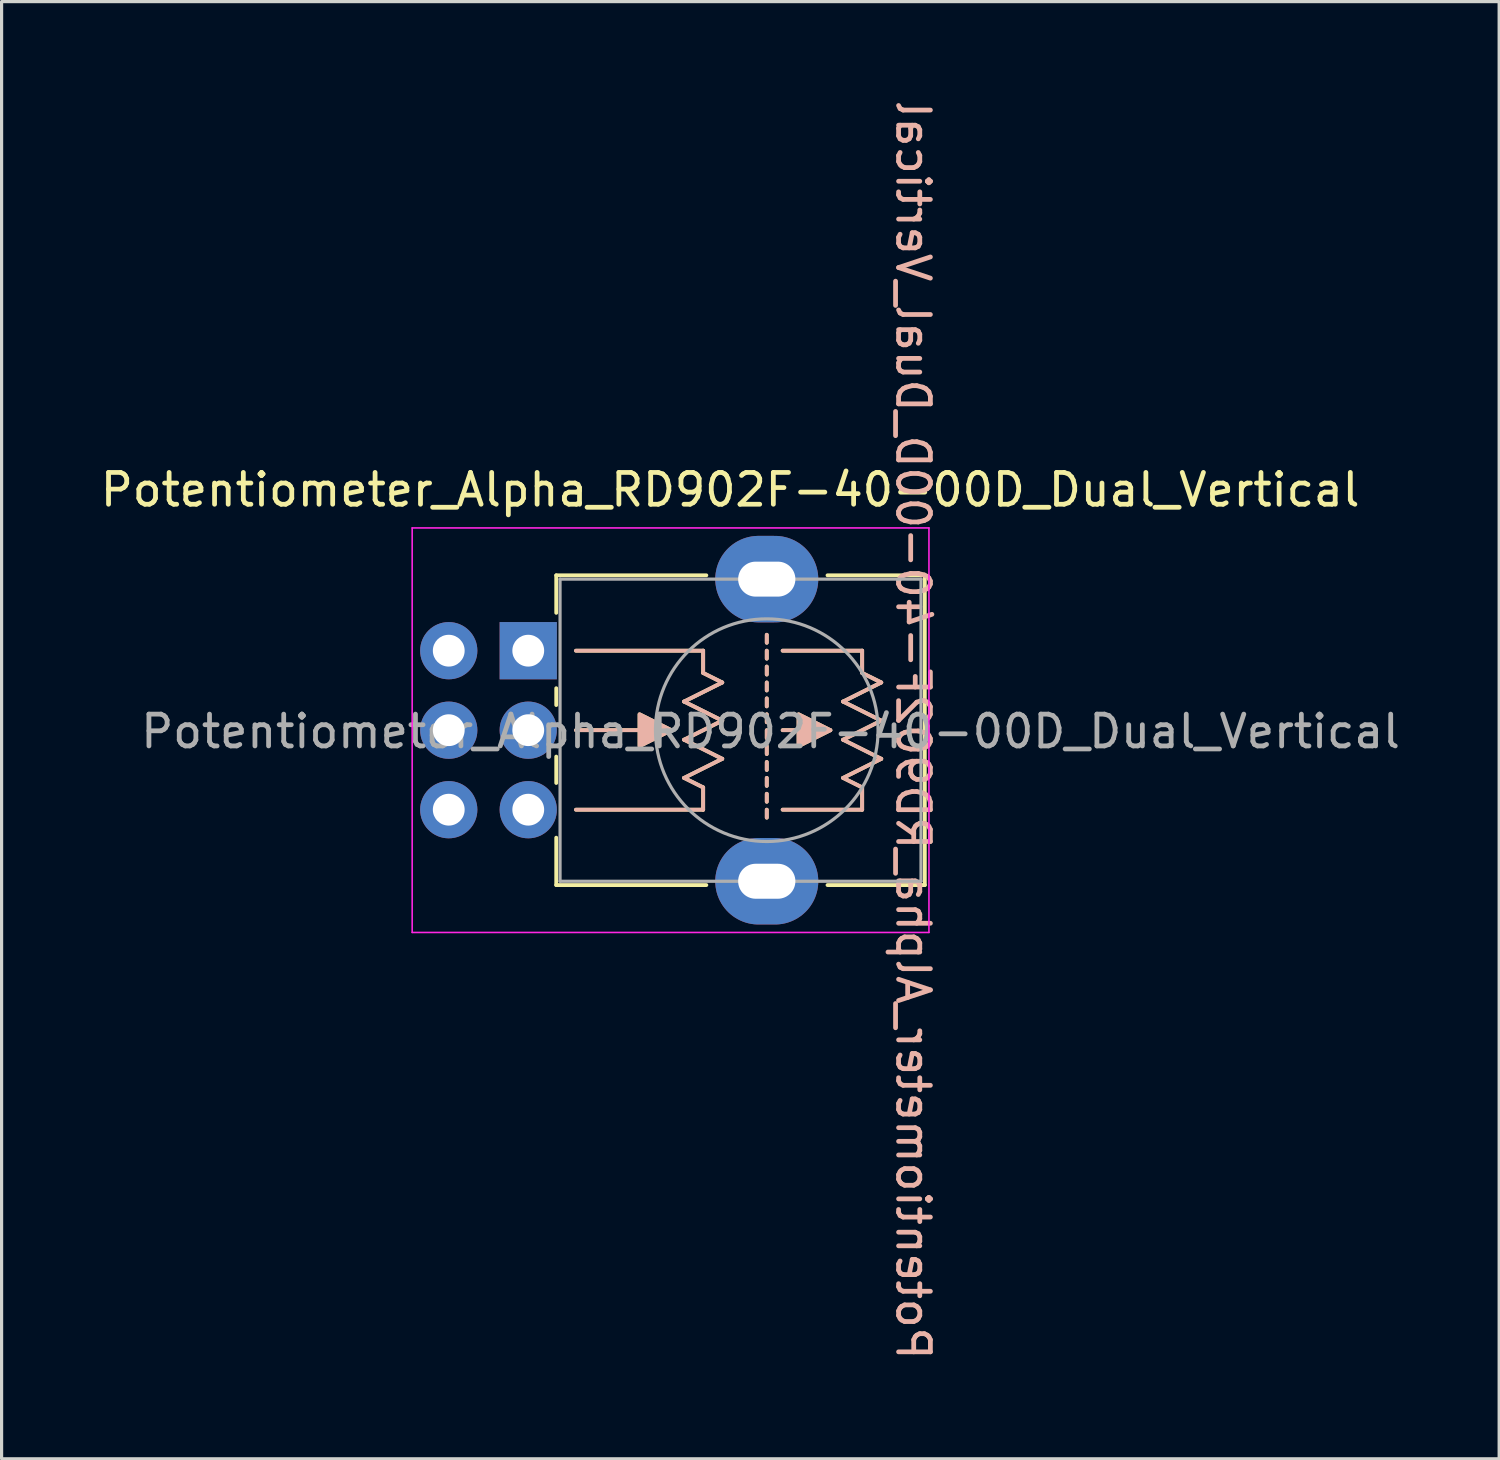
<source format=kicad_pcb>
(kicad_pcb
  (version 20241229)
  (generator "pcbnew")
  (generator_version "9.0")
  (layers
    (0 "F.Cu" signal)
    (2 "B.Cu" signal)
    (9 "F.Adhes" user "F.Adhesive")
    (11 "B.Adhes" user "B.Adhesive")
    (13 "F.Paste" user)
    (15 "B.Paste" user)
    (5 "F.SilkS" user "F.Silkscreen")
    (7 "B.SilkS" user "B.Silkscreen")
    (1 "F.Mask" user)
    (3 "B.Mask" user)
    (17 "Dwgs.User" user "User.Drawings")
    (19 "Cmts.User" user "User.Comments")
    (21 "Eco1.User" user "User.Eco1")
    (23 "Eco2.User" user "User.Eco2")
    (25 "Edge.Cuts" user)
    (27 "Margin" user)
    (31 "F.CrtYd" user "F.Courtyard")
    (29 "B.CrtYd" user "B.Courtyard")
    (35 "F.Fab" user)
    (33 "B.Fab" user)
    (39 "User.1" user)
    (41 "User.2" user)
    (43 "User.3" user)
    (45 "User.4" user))
  (footprint "Potentiometer_Alpha_RD902F-40-00D_Dual_Vertical"
    (layer "F.Cu")
    (at 13.561 17.411)
    (property "Reference" "Potentiometer_Alpha_RD902F-40-00D_Dual_Vertical" (at 6.35 -5.06 180) (layer "F.SilkS") (effects (font (size 1 1) (thickness 0.15))))
    (attr through_hole)
    (fp_line (start 0.88 -2.37) (end 5.6 -2.37) (stroke (width 0.12) (type solid)) (layer "F.SilkS"))
    (fp_line (start 0.88 -1.19) (end 0.88 -2.37) (stroke (width 0.12) (type solid)) (layer "F.SilkS"))
    (fp_line (start 0.88 1.71) (end 0.88 1.18) (stroke (width 0.12) (type solid)) (layer "F.SilkS"))
    (fp_line (start 0.88 4.16) (end 0.88 3.33) (stroke (width 0.12) (type solid)) (layer "F.SilkS"))
    (fp_line (start 0.88 7.37) (end 0.88 5.88) (stroke (width 0.12) (type solid)) (layer "F.SilkS"))
    (fp_line (start 0.88 7.37) (end 5.6 7.37) (stroke (width 0.12) (type solid)) (layer "F.SilkS"))
    (fp_line (start 1.5 2.5) (end 4.5 2.5) (stroke (width 0.12) (type solid)) (layer "F.SilkS"))
    (fp_line (start 4.9 1.6) (end 6.1 1) (stroke (width 0.12) (type solid)) (layer "F.SilkS"))
    (fp_line (start 4.9 2.8) (end 6.1 2.2) (stroke (width 0.12) (type solid)) (layer "F.SilkS"))
    (fp_line (start 4.9 4) (end 6.1 3.4) (stroke (width 0.12) (type solid)) (layer "F.SilkS"))
    (fp_line (start 5.5 0) (end 1.5 0) (stroke (width 0.12) (type solid)) (layer "F.SilkS"))
    (fp_line (start 5.5 0.7) (end 5.5 0) (stroke (width 0.12) (type solid)) (layer "F.SilkS"))
    (fp_line (start 5.5 4.3) (end 4.9 4) (stroke (width 0.12) (type solid)) (layer "F.SilkS"))
    (fp_line (start 5.5 4.3) (end 5.5 5) (stroke (width 0.12) (type solid)) (layer "F.SilkS"))
    (fp_line (start 5.5 5) (end 1.5 5) (stroke (width 0.12) (type solid)) (layer "F.SilkS"))
    (fp_line (start 6.1 1) (end 5.5 0.7) (stroke (width 0.12) (type solid)) (layer "F.SilkS"))
    (fp_line (start 6.1 2.2) (end 4.9 1.6) (stroke (width 0.12) (type solid)) (layer "F.SilkS"))
    (fp_line (start 6.1 3.4) (end 4.9 2.8) (stroke (width 0.12) (type solid)) (layer "F.SilkS"))
    (fp_line (start 7.5 -0.25) (end 7.5 -0.5) (stroke (width 0.12) (type solid)) (layer "F.SilkS"))
    (fp_line (start 7.5 0) (end 7.5 0.25) (stroke (width 0.12) (type solid)) (layer "F.SilkS"))
    (fp_line (start 7.5 0.5) (end 7.5 0.75) (stroke (width 0.12) (type solid)) (layer "F.SilkS"))
    (fp_line (start 7.5 1) (end 7.5 1.25) (stroke (width 0.12) (type solid)) (layer "F.SilkS"))
    (fp_line (start 7.5 1.5) (end 7.5 1.75) (stroke (width 0.12) (type solid)) (layer "F.SilkS"))
    (fp_line (start 7.5 2) (end 7.5 2.25) (stroke (width 0.12) (type solid)) (layer "F.SilkS"))
    (fp_line (start 7.5 2.5) (end 7.5 2.75) (stroke (width 0.12) (type solid)) (layer "F.SilkS"))
    (fp_line (start 7.5 3) (end 7.5 3.25) (stroke (width 0.12) (type solid)) (layer "F.SilkS"))
    (fp_line (start 7.5 3.5) (end 7.5 3.75) (stroke (width 0.12) (type solid)) (layer "F.SilkS"))
    (fp_line (start 7.5 4) (end 7.5 4.25) (stroke (width 0.12) (type solid)) (layer "F.SilkS"))
    (fp_line (start 7.5 4.5) (end 7.5 4.75) (stroke (width 0.12) (type solid)) (layer "F.SilkS"))
    (fp_line (start 7.5 5) (end 7.5 5.25) (stroke (width 0.12) (type solid)) (layer "F.SilkS"))
    (fp_line (start 8 2.5) (end 9.5 2.5) (stroke (width 0.12) (type solid)) (layer "F.SilkS"))
    (fp_line (start 9.41 -2.37) (end 12.47 -2.37) (stroke (width 0.12) (type solid)) (layer "F.SilkS"))
    (fp_line (start 9.41 7.37) (end 12.47 7.37) (stroke (width 0.12) (type solid)) (layer "F.SilkS"))
    (fp_line (start 9.9 1.6) (end 11.1 1) (stroke (width 0.12) (type solid)) (layer "F.SilkS"))
    (fp_line (start 9.9 2.8) (end 11.1 2.2) (stroke (width 0.12) (type solid)) (layer "F.SilkS"))
    (fp_line (start 9.9 4) (end 11.1 3.4) (stroke (width 0.12) (type solid)) (layer "F.SilkS"))
    (fp_line (start 10.5 0) (end 8 0) (stroke (width 0.12) (type solid)) (layer "F.SilkS"))
    (fp_line (start 10.5 0.7) (end 10.5 0) (stroke (width 0.12) (type solid)) (layer "F.SilkS"))
    (fp_line (start 10.5 4.3) (end 9.9 4) (stroke (width 0.12) (type solid)) (layer "F.SilkS"))
    (fp_line (start 10.5 4.3) (end 10.5 5) (stroke (width 0.12) (type solid)) (layer "F.SilkS"))
    (fp_line (start 10.5 5) (end 8 5) (stroke (width 0.12) (type solid)) (layer "F.SilkS"))
    (fp_line (start 11.1 1) (end 10.5 0.7) (stroke (width 0.12) (type solid)) (layer "F.SilkS"))
    (fp_line (start 11.1 2.2) (end 9.9 1.6) (stroke (width 0.12) (type solid)) (layer "F.SilkS"))
    (fp_line (start 11.1 3.4) (end 9.9 2.8) (stroke (width 0.12) (type solid)) (layer "F.SilkS"))
    (fp_line (start 12.47 7.37) (end 12.47 -2.37) (stroke (width 0.12) (type solid)) (layer "F.SilkS"))
    (fp_poly (pts (xy 4.5 2.5) (xy 3.5 3) (xy 3.5 2)) (stroke (width 0.12) (type solid)) (fill yes) (layer "F.SilkS"))
    (fp_poly (pts (xy 9.5 2.5) (xy 8.5 3) (xy 8.5 2)) (stroke (width 0.12) (type solid)) (fill yes) (layer "F.SilkS"))
    (fp_line (start 1.5 0) (end 5.5 0) (stroke (width 0.12) (type solid)) (layer "B.SilkS"))
    (fp_line (start 1.5 2.5) (end 4.5 2.5) (stroke (width 0.12) (type solid)) (layer "B.SilkS"))
    (fp_line (start 4.9 1.6) (end 6.1 2.2) (stroke (width 0.12) (type solid)) (layer "B.SilkS"))
    (fp_line (start 4.9 2.8) (end 6.1 3.4) (stroke (width 0.12) (type solid)) (layer "B.SilkS"))
    (fp_line (start 4.9 4) (end 5.5 4.3) (stroke (width 0.12) (type solid)) (layer "B.SilkS"))
    (fp_line (start 5.5 0) (end 5.5 0.7) (stroke (width 0.12) (type solid)) (layer "B.SilkS"))
    (fp_line (start 5.5 0.7) (end 6.1 1) (stroke (width 0.12) (type solid)) (layer "B.SilkS"))
    (fp_line (start 5.5 4.3) (end 5.5 5) (stroke (width 0.12) (type solid)) (layer "B.SilkS"))
    (fp_line (start 5.5 5) (end 1.5 5) (stroke (width 0.12) (type solid)) (layer "B.SilkS"))
    (fp_line (start 6.1 1) (end 4.9 1.6) (stroke (width 0.12) (type solid)) (layer "B.SilkS"))
    (fp_line (start 6.1 2.2) (end 4.9 2.8) (stroke (width 0.12) (type solid)) (layer "B.SilkS"))
    (fp_line (start 6.1 3.4) (end 4.9 4) (stroke (width 0.12) (type solid)) (layer "B.SilkS"))
    (fp_line (start 7.5 -0.5) (end 7.5 -0.25) (stroke (width 0.12) (type solid)) (layer "B.SilkS"))
    (fp_line (start 7.5 0) (end 7.5 0.25) (stroke (width 0.12) (type solid)) (layer "B.SilkS"))
    (fp_line (start 7.5 0.5) (end 7.5 0.75) (stroke (width 0.12) (type solid)) (layer "B.SilkS"))
    (fp_line (start 7.5 1) (end 7.5 1.25) (stroke (width 0.12) (type solid)) (layer "B.SilkS"))
    (fp_line (start 7.5 1.5) (end 7.5 1.75) (stroke (width 0.12) (type solid)) (layer "B.SilkS"))
    (fp_line (start 7.5 2) (end 7.5 2.25) (stroke (width 0.12) (type solid)) (layer "B.SilkS"))
    (fp_line (start 7.5 2.5) (end 7.5 2.75) (stroke (width 0.12) (type solid)) (layer "B.SilkS"))
    (fp_line (start 7.5 3) (end 7.5 3.25) (stroke (width 0.12) (type solid)) (layer "B.SilkS"))
    (fp_line (start 7.5 3.5) (end 7.5 3.75) (stroke (width 0.12) (type solid)) (layer "B.SilkS"))
    (fp_line (start 7.5 4) (end 7.5 4.25) (stroke (width 0.12) (type solid)) (layer "B.SilkS"))
    (fp_line (start 7.5 4.5) (end 7.5 4.75) (stroke (width 0.12) (type solid)) (layer "B.SilkS"))
    (fp_line (start 7.5 5) (end 7.5 5.25) (stroke (width 0.12) (type solid)) (layer "B.SilkS"))
    (fp_line (start 8 0) (end 10.5 0) (stroke (width 0.12) (type solid)) (layer "B.SilkS"))
    (fp_line (start 8 2.5) (end 9.5 2.5) (stroke (width 0.12) (type solid)) (layer "B.SilkS"))
    (fp_line (start 9.9 1.6) (end 11.1 2.2) (stroke (width 0.12) (type solid)) (layer "B.SilkS"))
    (fp_line (start 9.9 2.8) (end 11.1 3.4) (stroke (width 0.12) (type solid)) (layer "B.SilkS"))
    (fp_line (start 9.9 4) (end 10.5 4.3) (stroke (width 0.12) (type solid)) (layer "B.SilkS"))
    (fp_line (start 10.5 0) (end 10.5 0.7) (stroke (width 0.12) (type solid)) (layer "B.SilkS"))
    (fp_line (start 10.5 0.7) (end 11.1 1) (stroke (width 0.12) (type solid)) (layer "B.SilkS"))
    (fp_line (start 10.5 4.3) (end 10.5 5) (stroke (width 0.12) (type solid)) (layer "B.SilkS"))
    (fp_line (start 10.5 5) (end 8 5) (stroke (width 0.12) (type solid)) (layer "B.SilkS"))
    (fp_line (start 11.1 1) (end 9.9 1.6) (stroke (width 0.12) (type solid)) (layer "B.SilkS"))
    (fp_line (start 11.1 2.2) (end 9.9 2.8) (stroke (width 0.12) (type solid)) (layer "B.SilkS"))
    (fp_line (start 11.1 3.4) (end 9.9 4) (stroke (width 0.12) (type solid)) (layer "B.SilkS"))
    (fp_poly (pts (xy 4.5 2.5) (xy 3.5 3) (xy 3.5 2)) (stroke (width 0.12) (type solid)) (fill yes) (layer "B.SilkS"))
    (fp_poly (pts (xy 9.5 2.5) (xy 8.5 3) (xy 8.5 2)) (stroke (width 0.12) (type solid)) (fill yes) (layer "B.SilkS"))
    (fp_line (start -3.65 -3.86) (end -3.65 8.86) (stroke (width 0.05) (type solid)) (layer "F.CrtYd"))
    (fp_line (start -3.65 8.86) (end 12.6 8.86) (stroke (width 0.05) (type solid)) (layer "F.CrtYd"))
    (fp_line (start 12.6 -3.86) (end -3.65 -3.86) (stroke (width 0.05) (type solid)) (layer "F.CrtYd"))
    (fp_line (start 12.6 8.86) (end 12.6 -3.86) (stroke (width 0.05) (type solid)) (layer "F.CrtYd"))
    (fp_line (start 1 -2.25) (end 12.35 -2.25) (stroke (width 0.1) (type solid)) (layer "F.Fab"))
    (fp_line (start 1 7.25) (end 1 -2.25) (stroke (width 0.1) (type solid)) (layer "F.Fab"))
    (fp_line (start 1 7.25) (end 12.35 7.25) (stroke (width 0.1) (type solid)) (layer "F.Fab"))
    (fp_line (start 12.35 7.25) (end 12.35 -2.25) (stroke (width 0.1) (type solid)) (layer "F.Fab"))
    (fp_circle (center 7.5 2.5) (end 7.5 -1) (stroke (width 0.1) (type solid)) (fill no) (layer "F.Fab"))
    (fp_text user "${REFERENCE}" (at 12.1 2.5 270) (unlocked yes) (layer "B.SilkS") (effects (font (size 1 1) (thickness 0.15)) (justify mirror)))
    (fp_text user "${REFERENCE}" (at 7.62 2.54 0) (layer "F.Fab") (effects (font (size 1 1) (thickness 0.15))))
    (pad "" thru_hole oval (at 7.5 -2.25 90) (size 2.72 3.24) (drill oval 1.1 1.8) (layers "*.Cu" "*.Mask"))
    (pad "" thru_hole oval (at 7.5 7.25 90) (size 2.72 3.24) (drill oval 1.1 1.8) (layers "*.Cu" "*.Mask"))
    (pad "1" thru_hole rect (at 0 0 90) (size 1.8 1.8) (drill 1) (layers "*.Cu" "*.Mask"))
    (pad "2" thru_hole circle (at 0 2.5 90) (size 1.8 1.8) (drill 1) (layers "*.Cu" "*.Mask"))
    (pad "3" thru_hole circle (at 0 5 90) (size 1.8 1.8) (drill 1) (layers "*.Cu" "*.Mask"))
    (pad "4" thru_hole circle (at -2.5 0 90) (size 1.8 1.8) (drill 1) (layers "*.Cu" "*.Mask"))
    (pad "5" thru_hole circle (at -2.5 2.5 90) (size 1.8 1.8) (drill 1) (layers "*.Cu" "*.Mask"))
    (pad "6" thru_hole circle (at -2.5 5 90) (size 1.8 1.8) (drill 1) (layers "*.Cu" "*.Mask")))
  (gr_rect
    (start -3 -3)
    (end 44.091 42.821)
    (stroke (width 0.1) (type default))
    (fill no)
    (layer "Edge.Cuts")))
</source>
